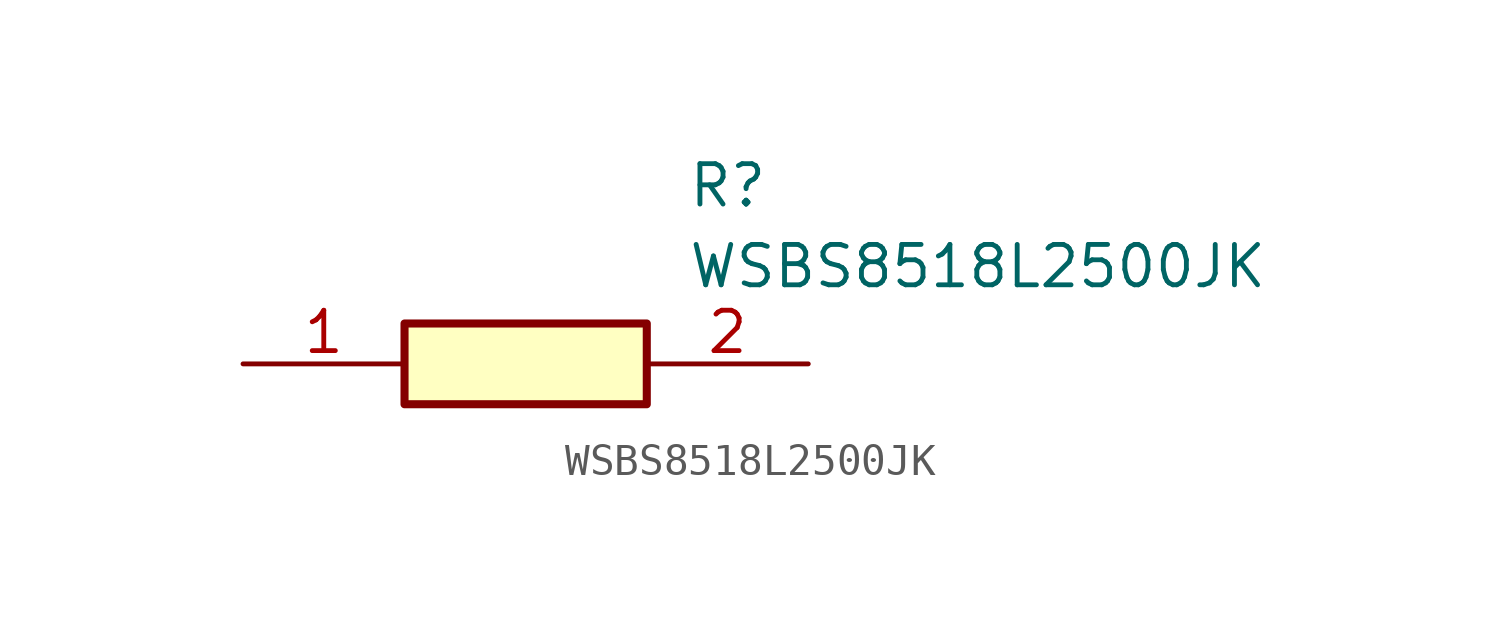
<source format=kicad_sym>
(kicad_symbol_lib
  (version 20211014)
  (generator SamacSys_ECAD_Model)
  (symbol "WSBS8518L2500JK"
    (pin_names hide)
    (property "Reference" "R"
      (at 13.97 6.35 0)
      (effects (font (size 1.27 1.27)) (justify left top)))
    (property "Value" "WSBS8518L2500JK"
      (at 13.97 3.81 0)
      (effects (font (size 1.27 1.27)) (justify left top)))
    (rectangle
      (start 5.08 1.27)
      (end 12.7 -1.27)
      (stroke (width 0.254) (type default))
      (fill (type background)))
    (pin passive line
      (at 0 0 0)
      (length 5.08)
      (name "1" (effects (font (size 1.27 1.27))))
      (number "1" (effects (font (size 1.27 1.27)))))
    (pin passive line
      (at 17.78 0 180)
      (length 5.08)
      (name "2" (effects (font (size 1.27 1.27))))
      (number "2" (effects (font (size 1.27 1.27)))))))
</source>
